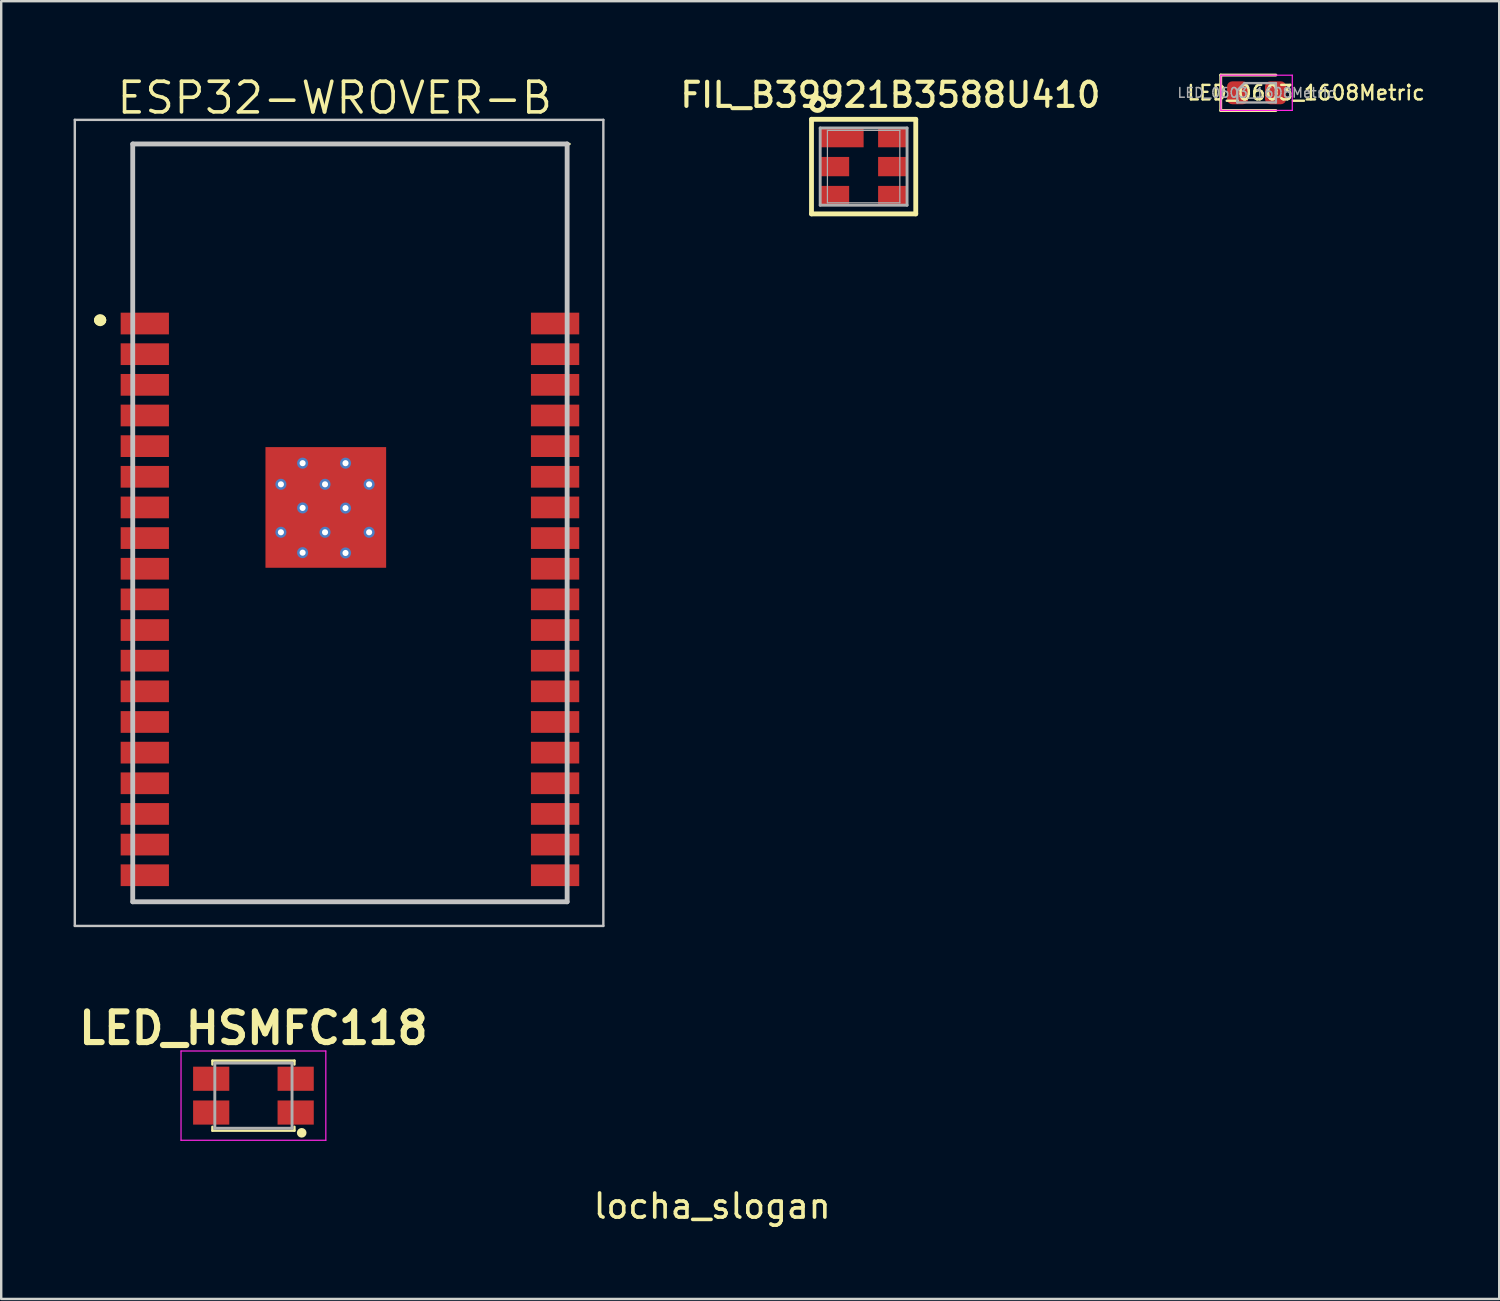
<source format=kicad_pcb>
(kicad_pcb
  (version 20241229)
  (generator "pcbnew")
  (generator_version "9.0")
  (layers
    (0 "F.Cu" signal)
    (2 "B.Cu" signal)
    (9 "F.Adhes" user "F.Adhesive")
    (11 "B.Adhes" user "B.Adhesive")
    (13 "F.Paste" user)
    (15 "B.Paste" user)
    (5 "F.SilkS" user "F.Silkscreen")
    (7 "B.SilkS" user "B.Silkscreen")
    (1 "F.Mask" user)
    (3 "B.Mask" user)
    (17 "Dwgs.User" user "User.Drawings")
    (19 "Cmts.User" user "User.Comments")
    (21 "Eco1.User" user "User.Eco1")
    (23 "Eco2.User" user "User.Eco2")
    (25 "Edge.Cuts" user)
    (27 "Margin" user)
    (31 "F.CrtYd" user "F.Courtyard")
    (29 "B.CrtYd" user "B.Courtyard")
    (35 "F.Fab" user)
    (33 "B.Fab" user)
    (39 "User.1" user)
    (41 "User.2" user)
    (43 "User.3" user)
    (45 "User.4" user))
  (footprint "LED_0603_1608Metric"
    (layer "F.Cu")
    (at 49.017 0.795)
    (property "Reference" "LED_0603_1608Metric" (at 2.05 0 180) (layer "F.SilkS") (effects (font (size 0.6 0.6) (thickness 0.1))))
    (attr smd)
    (fp_line (start -1.485 -0.735) (end -1.485 0.735) (stroke (width 0.12) (type solid)) (layer "F.SilkS"))
    (fp_line (start -1.485 0.735) (end 0.8 0.735) (stroke (width 0.12) (type solid)) (layer "F.SilkS"))
    (fp_line (start 0.8 -0.735) (end -1.485 -0.735) (stroke (width 0.12) (type solid)) (layer "F.SilkS"))
    (fp_line (start -1.48 -0.73) (end 1.48 -0.73) (stroke (width 0.05) (type solid)) (layer "F.CrtYd"))
    (fp_line (start -1.48 0.73) (end -1.48 -0.73) (stroke (width 0.05) (type solid)) (layer "F.CrtYd"))
    (fp_line (start 1.48 -0.73) (end 1.48 0.73) (stroke (width 0.05) (type solid)) (layer "F.CrtYd"))
    (fp_line (start 1.48 0.73) (end -1.48 0.73) (stroke (width 0.05) (type solid)) (layer "F.CrtYd"))
    (fp_line (start -0.8 -0.1) (end -0.8 0.4) (stroke (width 0.1) (type solid)) (layer "F.Fab"))
    (fp_line (start -0.8 0.4) (end 0.8 0.4) (stroke (width 0.1) (type solid)) (layer "F.Fab"))
    (fp_line (start -0.5 -0.4) (end -0.8 -0.1) (stroke (width 0.1) (type solid)) (layer "F.Fab"))
    (fp_line (start 0.8 -0.4) (end -0.5 -0.4) (stroke (width 0.1) (type solid)) (layer "F.Fab"))
    (fp_line (start 0.8 0.4) (end 0.8 -0.4) (stroke (width 0.1) (type solid)) (layer "F.Fab"))
    (fp_text user "${REFERENCE}" (at 0 0 180) (layer "F.Fab") (effects (font (size 0.4 0.4) (thickness 0.06))))
    (pad "1" smd roundrect (at -0.787 0) (size 0.875 0.95) (layers "F.Cu" "F.Mask" "F.Paste") (roundrect_rratio 0.25))
    (pad "2" smd roundrect (at 0.787 0) (size 0.875 0.95) (layers "F.Cu" "F.Mask" "F.Paste") (roundrect_rratio 0.25)))
  (footprint "locha_slogan"
    (layer "F.Cu")
    (at 26.461 41.926)
    (property "Reference" "locha_slogan" (at 0 5 0) (layer "F.SilkS") (effects (font (size 1 1) (thickness 0.15))))
    (attr through_hole)
    (fp_line (start -8.5 -3.5) (end -6.5 -3.5) (stroke (width 0.12) (type solid)) (layer "F.Mask"))
    (fp_line (start -8.5 -1) (end -8.5 -3.5) (stroke (width 0.12) (type solid)) (layer "F.Mask"))
    (fp_line (start -4 1) (end 4 1) (stroke (width 0.12) (type solid)) (layer "F.Mask"))
    (fp_line (start 4 3) (end -4 3) (stroke (width 0.12) (type solid)) (layer "F.Mask"))
    (fp_line (start 8.5 -0.5) (end 6.5 -0.5) (stroke (width 0.12) (type solid)) (layer "F.Mask"))
    (fp_line (start 8.5 -0.5) (end 8.5 -3) (stroke (width 0.12) (type solid)) (layer "F.Mask"))
    (fp_arc (start -4 3) (mid -5 2) (end -4 1) (stroke (width 0.12) (type solid)) (layer "F.Mask"))
    (fp_arc (start 4 1) (mid 5 2) (end 4 3) (stroke (width 0.12) (type solid)) (layer "F.Mask"))
    (fp_text user "LOCHA MESH" (at -0.02 2 0) (layer "F.Mask") (effects (font (size 0.8 0.8) (thickness 0.1))))
    (fp_text user "#LaLuchaPorLaLochaLibre" (at -0.02 -2.03 0) (layer "F.Mask") (effects (font (size 0.8 0.8) (thickness 0.1)))))
  (footprint "FIL_B39921B3588U410"
    (layer "F.Cu")
    (at 32.735 3.853)
    (property "Reference" "FIL_B39921B3588U410" (at 1.11 -2.97 0) (layer "F.SilkS") (effects (font (size 1 1) (thickness 0.17))))
    (attr smd)
    (fp_line (start -2.16 -1.96) (end 2.16 -1.96) (stroke (width 0.2) (type solid)) (layer "F.SilkS"))
    (fp_line (start -2.16 1.96) (end -2.16 -1.96) (stroke (width 0.2) (type solid)) (layer "F.SilkS"))
    (fp_line (start 2.16 -1.96) (end 2.16 1.96) (stroke (width 0.2) (type solid)) (layer "F.SilkS"))
    (fp_line (start 2.16 1.96) (end -2.16 1.96) (stroke (width 0.2) (type solid)) (layer "F.SilkS"))
    (fp_circle (center -1.91 -2.58) (end -1.656 -2.58) (stroke (width 0.2) (type solid)) (fill no) (layer "F.SilkS"))
    (fp_line (start -1.8 -1.6) (end 1.8 -1.6) (stroke (width 0.12) (type solid)) (layer "F.Fab"))
    (fp_line (start -1.8 1.6) (end -1.8 -1.6) (stroke (width 0.12) (type solid)) (layer "F.Fab"))
    (fp_line (start -1.5 1.5) (end -1.5 -1.5) (stroke (width 0.05) (type solid)) (layer "F.Fab"))
    (fp_line (start -1.5 1.5) (end 1.5 1.5) (stroke (width 0.05) (type solid)) (layer "F.Fab"))
    (fp_line (start 1.5 -1.5) (end -1.5 -1.5) (stroke (width 0.05) (type solid)) (layer "F.Fab"))
    (fp_line (start 1.5 1.5) (end 1.5 -1.5) (stroke (width 0.05) (type solid)) (layer "F.Fab"))
    (fp_line (start 1.8 -1.6) (end 1.8 1.6) (stroke (width 0.12) (type solid)) (layer "F.Fab"))
    (fp_line (start 1.8 1.6) (end -1.8 1.6) (stroke (width 0.12) (type solid)) (layer "F.Fab"))
    (pad "1" smd rect (at -0.9 -1.2) (size 1.8 0.8) (layers "F.Cu" "F.Mask" "F.Paste"))
    (pad "2" smd rect (at -1.2 0) (size 1.2 0.8) (layers "F.Cu" "F.Mask" "F.Paste"))
    (pad "3" smd rect (at -1.2 1.2) (size 1.2 0.8) (layers "F.Cu" "F.Mask" "F.Paste"))
    (pad "4" smd rect (at 1.2 -1.2) (size 1.2 0.8) (layers "F.Cu" "F.Mask" "F.Paste"))
    (pad "5" smd rect (at 1.2 0) (size 1.2 0.8) (layers "F.Cu" "F.Mask" "F.Paste"))
    (pad "6" smd rect (at 1.2 1.2) (size 1.2 0.8) (layers "F.Cu" "F.Mask" "F.Paste")))
  (footprint "ESP32-WROVER-B"
    (layer "F.Cu")
    (at 10.8 18.616)
    (property "Reference" "ESP32-WROVER-B" (at 0.02 -17.61 0) (layer "F.SilkS") (effects (font (size 1.27 1.27) (thickness 0.15))))
    (attr smd)
    (fp_line (start -9.75 -8.4) (end -9.75 -8.4) (stroke (width 0.4) (type solid)) (layer "F.SilkS"))
    (fp_line (start -9.65 -8.4) (end -9.65 -8.4) (stroke (width 0.4) (type solid)) (layer "F.SilkS"))
    (fp_line (start -8.35 -15.7) (end 9.75 -15.7) (stroke (width 0.1) (type solid)) (layer "F.SilkS"))
    (fp_line (start -8.35 -9) (end -8.35 -15.7) (stroke (width 0.1) (type solid)) (layer "F.SilkS"))
    (fp_line (start -8.35 15.7) (end -8.35 15.2) (stroke (width 0.1) (type solid)) (layer "F.SilkS"))
    (fp_line (start 9.65 -15.7) (end 9.65 -9.2) (stroke (width 0.1) (type solid)) (layer "F.SilkS"))
    (fp_line (start 9.65 15.2) (end 9.65 15.7) (stroke (width 0.1) (type solid)) (layer "F.SilkS"))
    (fp_line (start 9.65 15.7) (end -8.35 15.7) (stroke (width 0.1) (type solid)) (layer "F.SilkS"))
    (fp_arc (start -9.75 -8.4) (mid -9.7 -8.45) (end -9.65 -8.4) (stroke (width 0.4) (type solid)) (layer "F.SilkS"))
    (fp_arc (start -9.65 -8.4) (mid -9.7 -8.35) (end -9.75 -8.4) (stroke (width 0.4) (type solid)) (layer "F.SilkS"))
    (fp_line (start -10.75 -16.7) (end 11.15 -16.7) (stroke (width 0.1) (type solid)) (layer "Dwgs.User"))
    (fp_line (start -10.75 16.7) (end -10.75 -16.7) (stroke (width 0.1) (type solid)) (layer "Dwgs.User"))
    (fp_line (start -8.35 -15.7) (end 9.65 -15.7) (stroke (width 0.2) (type solid)) (layer "Dwgs.User"))
    (fp_line (start -8.35 15.7) (end -8.35 -15.7) (stroke (width 0.2) (type solid)) (layer "Dwgs.User"))
    (fp_line (start 9.65 -15.7) (end 9.65 15.7) (stroke (width 0.2) (type solid)) (layer "Dwgs.User"))
    (fp_line (start 9.65 15.7) (end -8.35 15.7) (stroke (width 0.2) (type solid)) (layer "Dwgs.User"))
    (fp_line (start 11.15 -16.7) (end 11.15 16.7) (stroke (width 0.1) (type solid)) (layer "Dwgs.User"))
    (fp_line (start 11.15 16.7) (end -10.75 16.7) (stroke (width 0.1) (type solid)) (layer "Dwgs.User"))
    (pad "1" smd rect (at -7.85 -8.26 90) (size 0.9 2) (layers "F.Cu" "F.Mask" "F.Paste"))
    (pad "2" smd rect (at -7.85 -6.99 90) (size 0.9 2) (layers "F.Cu" "F.Mask" "F.Paste"))
    (pad "3" smd rect (at -7.85 -5.72 90) (size 0.9 2) (layers "F.Cu" "F.Mask" "F.Paste"))
    (pad "4" smd rect (at -7.85 -4.45 90) (size 0.9 2) (layers "F.Cu" "F.Mask" "F.Paste"))
    (pad "5" smd rect (at -7.85 -3.18 90) (size 0.9 2) (layers "F.Cu" "F.Mask" "F.Paste"))
    (pad "6" smd rect (at -7.85 -1.91 90) (size 0.9 2) (layers "F.Cu" "F.Mask" "F.Paste"))
    (pad "7" smd rect (at -7.85 -0.64 90) (size 0.9 2) (layers "F.Cu" "F.Mask" "F.Paste"))
    (pad "8" smd rect (at -7.85 0.63 90) (size 0.9 2) (layers "F.Cu" "F.Mask" "F.Paste"))
    (pad "9" smd rect (at -7.85 1.9 90) (size 0.9 2) (layers "F.Cu" "F.Mask" "F.Paste"))
    (pad "10" smd rect (at -7.85 3.17 90) (size 0.9 2) (layers "F.Cu" "F.Mask" "F.Paste"))
    (pad "11" smd rect (at -7.85 4.44 90) (size 0.9 2) (layers "F.Cu" "F.Mask" "F.Paste"))
    (pad "12" smd rect (at -7.85 5.71 90) (size 0.9 2) (layers "F.Cu" "F.Mask" "F.Paste"))
    (pad "13" smd rect (at -7.85 6.98 90) (size 0.9 2) (layers "F.Cu" "F.Mask" "F.Paste"))
    (pad "14" smd rect (at -7.85 8.25 90) (size 0.9 2) (layers "F.Cu" "F.Mask" "F.Paste"))
    (pad "15" smd rect (at -7.85 9.52 90) (size 0.9 2) (layers "F.Cu" "F.Mask" "F.Paste"))
    (pad "16" smd rect (at -7.85 10.79 90) (size 0.9 2) (layers "F.Cu" "F.Mask" "F.Paste"))
    (pad "17" smd rect (at -7.85 12.06 90) (size 0.9 2) (layers "F.Cu" "F.Mask" "F.Paste"))
    (pad "18" smd rect (at -7.85 13.33 90) (size 0.9 2) (layers "F.Cu" "F.Mask" "F.Paste"))
    (pad "19" smd rect (at -7.85 14.6 90) (size 0.9 2) (layers "F.Cu" "F.Mask" "F.Paste"))
    (pad "20" smd rect (at 9.15 14.6 90) (size 0.9 2) (layers "F.Cu" "F.Mask" "F.Paste"))
    (pad "21" smd rect (at 9.15 13.33 90) (size 0.9 2) (layers "F.Cu" "F.Mask" "F.Paste"))
    (pad "22" smd rect (at 9.15 12.06 90) (size 0.9 2) (layers "F.Cu" "F.Mask" "F.Paste"))
    (pad "23" smd rect (at 9.15 10.79 90) (size 0.9 2) (layers "F.Cu" "F.Mask" "F.Paste"))
    (pad "24" smd rect (at 9.15 9.52 90) (size 0.9 2) (layers "F.Cu" "F.Mask" "F.Paste"))
    (pad "25" smd rect (at 9.15 8.25 90) (size 0.9 2) (layers "F.Cu" "F.Mask" "F.Paste"))
    (pad "26" smd rect (at 9.15 6.98 90) (size 0.9 2) (layers "F.Cu" "F.Mask" "F.Paste"))
    (pad "27" smd rect (at 9.15 5.71 90) (size 0.9 2) (layers "F.Cu" "F.Mask" "F.Paste"))
    (pad "28" smd rect (at 9.15 4.44 90) (size 0.9 2) (layers "F.Cu" "F.Mask" "F.Paste"))
    (pad "29" smd rect (at 9.15 3.17 90) (size 0.9 2) (layers "F.Cu" "F.Mask" "F.Paste"))
    (pad "30" smd rect (at 9.15 1.9 90) (size 0.9 2) (layers "F.Cu" "F.Mask" "F.Paste"))
    (pad "31" smd rect (at 9.15 0.63 90) (size 0.9 2) (layers "F.Cu" "F.Mask" "F.Paste"))
    (pad "32" smd rect (at 9.15 -0.64 90) (size 0.9 2) (layers "F.Cu" "F.Mask" "F.Paste"))
    (pad "33" smd rect (at 9.15 -1.91 90) (size 0.9 2) (layers "F.Cu" "F.Mask" "F.Paste"))
    (pad "34" smd rect (at 9.15 -3.18 90) (size 0.9 2) (layers "F.Cu" "F.Mask" "F.Paste"))
    (pad "35" smd rect (at 9.15 -4.45 90) (size 0.9 2) (layers "F.Cu" "F.Mask" "F.Paste"))
    (pad "36" smd rect (at 9.15 -5.72 90) (size 0.9 2) (layers "F.Cu" "F.Mask" "F.Paste"))
    (pad "37" smd rect (at 9.15 -6.99 90) (size 0.9 2) (layers "F.Cu" "F.Mask" "F.Paste"))
    (pad "38" smd rect (at 9.15 -8.26 90) (size 0.9 2) (layers "F.Cu" "F.Mask" "F.Paste"))
    (pad "39" thru_hole circle (at -2.21 -1.598) (size 0.457 0.457) (drill 0.254) (layers "*.Cu" "*.Mask"))
    (pad "39" thru_hole circle (at -2.21 0.389) (size 0.457 0.457) (drill 0.254) (layers "*.Cu" "*.Mask"))
    (pad "39" thru_hole circle (at -1.311 -2.474) (size 0.457 0.457) (drill 0.254) (layers "*.Cu" "*.Mask"))
    (pad "39" thru_hole circle (at -1.311 -0.62) (size 0.457 0.457) (drill 0.254) (layers "*.Cu" "*.Mask"))
    (pad "39" thru_hole circle (at -1.311 1.234) (size 0.457 0.457) (drill 0.254) (layers "*.Cu" "*.Mask"))
    (pad "39" thru_hole circle (at -0.382 -1.598) (size 0.457 0.457) (drill 0.254) (layers "*.Cu" "*.Mask"))
    (pad "39" thru_hole circle (at -0.382 0.389) (size 0.457 0.457) (drill 0.254) (layers "*.Cu" "*.Mask"))
    (pad "39" smd rect (at -0.35 -0.64 90) (size 5 5) (layers "F.Cu" "F.Mask" "F.Paste"))
    (pad "39" thru_hole circle (at 0.467 -2.474) (size 0.457 0.457) (drill 0.254) (layers "*.Cu" "*.Mask"))
    (pad "39" thru_hole circle (at 0.467 -0.613) (size 0.457 0.457) (drill 0.254) (layers "*.Cu" "*.Mask"))
    (pad "39" thru_hole circle (at 0.467 1.247) (size 0.457 0.457) (drill 0.254) (layers "*.Cu" "*.Mask"))
    (pad "39" thru_hole circle (at 1.445 -1.598) (size 0.457 0.457) (drill 0.254) (layers "*.Cu" "*.Mask"))
    (pad "39" thru_hole circle (at 1.445 0.389) (size 0.457 0.457) (drill 0.254) (layers "*.Cu" "*.Mask")))
  (footprint "LED_HSMFC118"
    (layer "F.Cu")
    (at 7.451 42.349)
    (property "Reference" "LED_HSMFC118" (at 0 -2.794 0) (layer "F.SilkS") (effects (font (size 1.27 1.27) (thickness 0.254))))
    (attr smd)
    (fp_line (start -1.7 -1.45) (end 1.7 -1.45) (stroke (width 0.1) (type solid)) (layer "F.SilkS"))
    (fp_line (start -1.7 -1.29) (end -1.7 -1.45) (stroke (width 0.1) (type solid)) (layer "F.SilkS"))
    (fp_line (start -1.7 1.45) (end -1.7 1.29) (stroke (width 0.1) (type solid)) (layer "F.SilkS"))
    (fp_line (start -1.7 1.45) (end 1.7 1.45) (stroke (width 0.1) (type solid)) (layer "F.SilkS"))
    (fp_line (start 1.7 -1.29) (end 1.7 -1.45) (stroke (width 0.1) (type solid)) (layer "F.SilkS"))
    (fp_line (start 1.7 1.45) (end 1.7 1.29) (stroke (width 0.1) (type solid)) (layer "F.SilkS"))
    (fp_circle (center 2 1.54) (end 2.1 1.54) (stroke (width 0.2) (type solid)) (fill no) (layer "F.SilkS"))
    (fp_line (start -3 -1.85) (end 3 -1.85) (stroke (width 0.05) (type solid)) (layer "F.CrtYd"))
    (fp_line (start -3 1.85) (end -3 -1.85) (stroke (width 0.05) (type solid)) (layer "F.CrtYd"))
    (fp_line (start 3 -1.85) (end 3 1.85) (stroke (width 0.05) (type solid)) (layer "F.CrtYd"))
    (fp_line (start 3 1.85) (end -3 1.85) (stroke (width 0.05) (type solid)) (layer "F.CrtYd"))
    (fp_line (start -1.6 -1.35) (end 1.6 -1.35) (stroke (width 0.12) (type solid)) (layer "F.Fab"))
    (fp_line (start -1.6 1.35) (end -1.6 -1.35) (stroke (width 0.12) (type solid)) (layer "F.Fab"))
    (fp_line (start 1.6 -1.35) (end 1.6 1.35) (stroke (width 0.12) (type solid)) (layer "F.Fab"))
    (fp_line (start 1.6 1.35) (end -1.6 1.35) (stroke (width 0.12) (type solid)) (layer "F.Fab"))
    (pad "1" smd rect (at 1.75 0.7 90) (size 1 1.5) (layers "F.Cu" "F.Mask" "F.Paste"))
    (pad "2" smd rect (at 1.75 -0.7 90) (size 1 1.5) (layers "F.Cu" "F.Mask" "F.Paste"))
    (pad "3" smd rect (at -1.75 -0.7 90) (size 1 1.5) (layers "F.Cu" "F.Mask" "F.Paste"))
    (pad "4" smd rect (at -1.75 0.7 90) (size 1 1.5) (layers "F.Cu" "F.Mask" "F.Paste")))
  (gr_rect
    (start -3 -3)
    (end 59.071 50.774)
    (stroke (width 0.1) (type default))
    (fill no)
    (layer "Edge.Cuts")))
</source>
